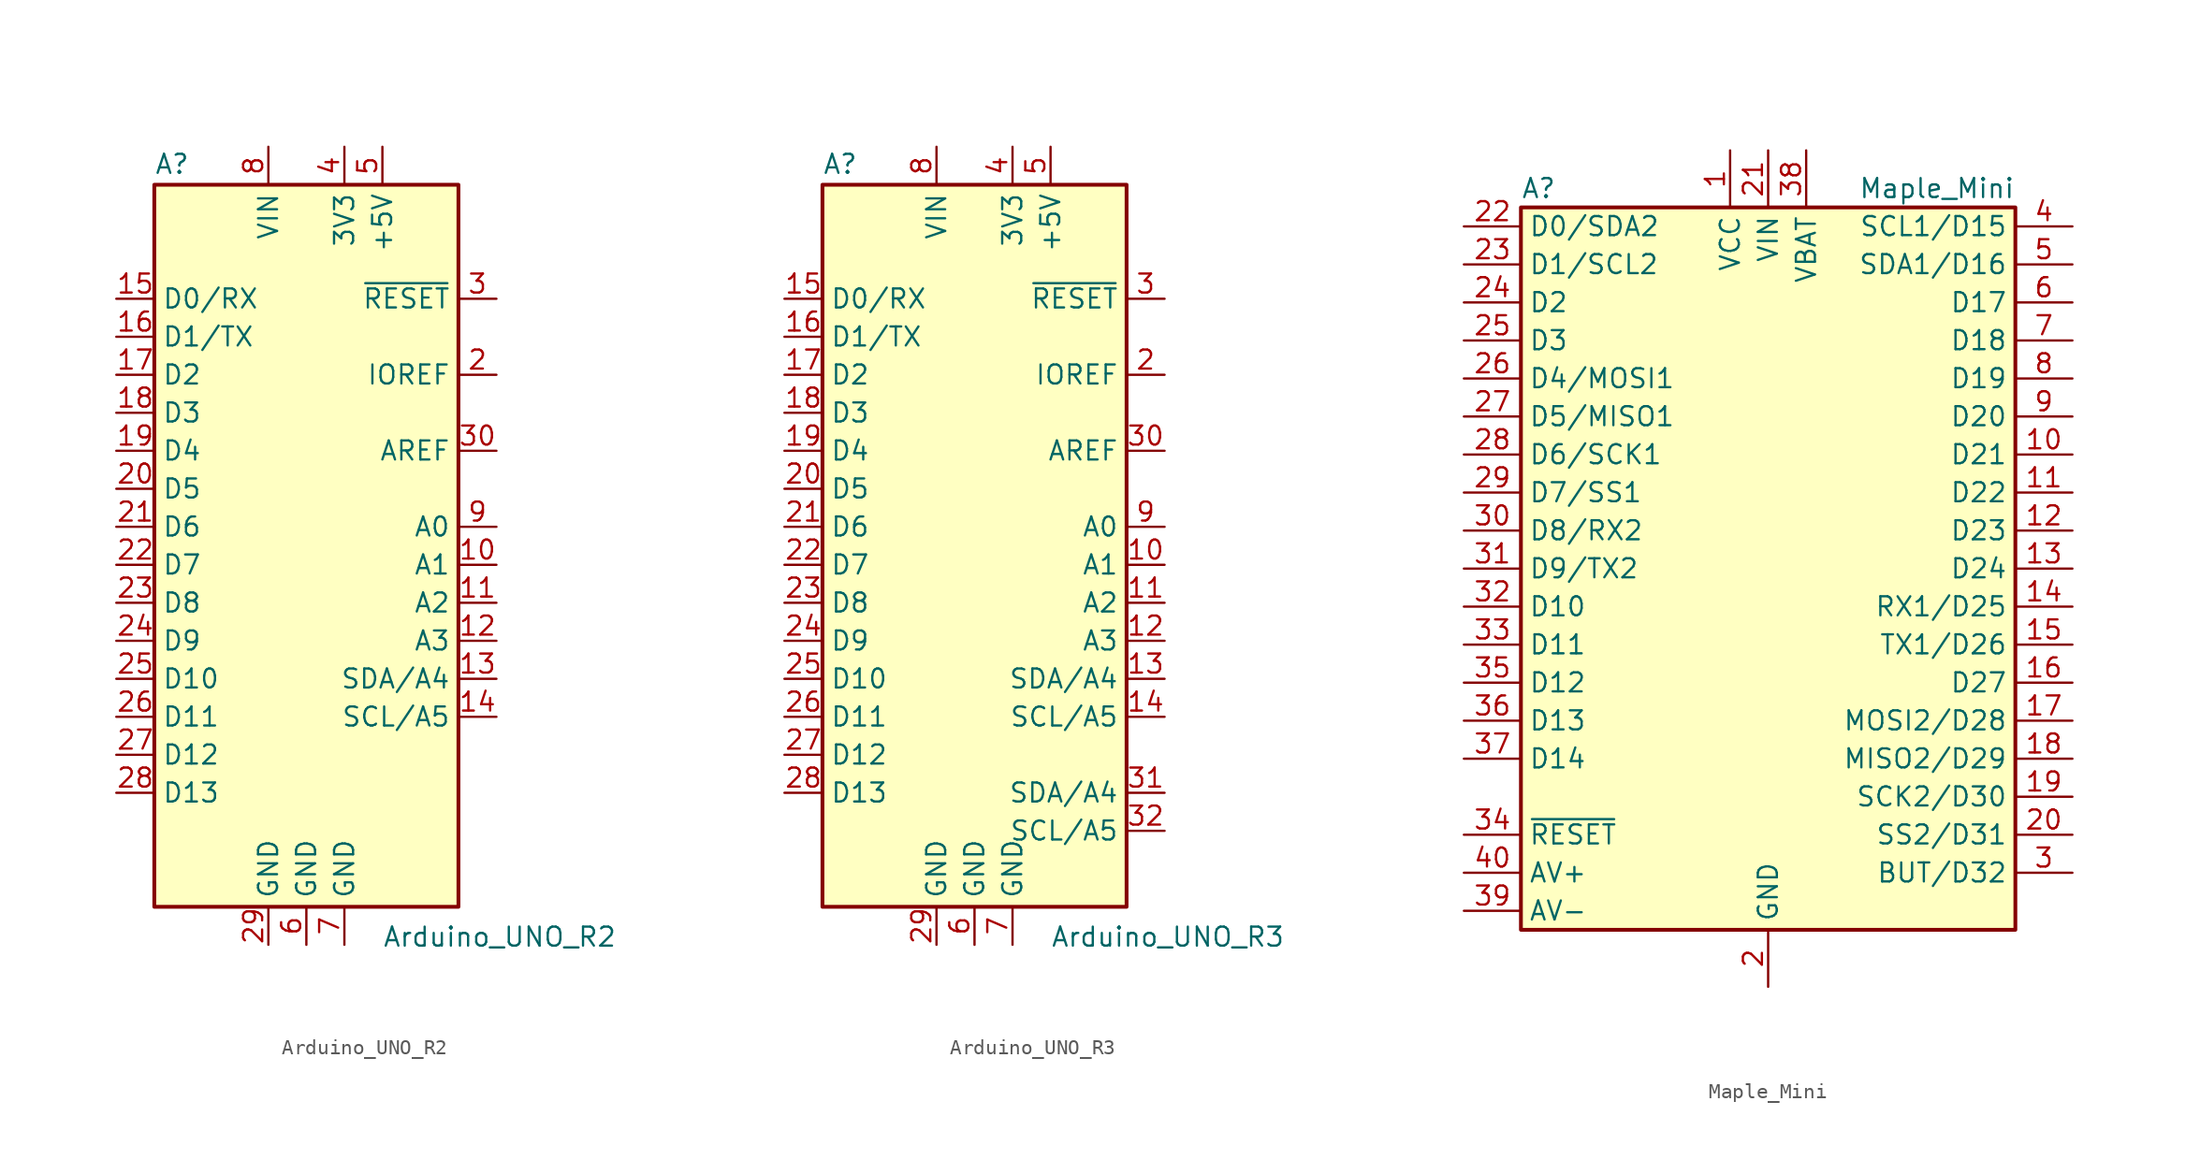
<source format=kicad_sym>
(kicad_symbol_lib
  (version 20201005)
  (generator kicad_symbol_editor)
  (symbol "Arduino_UNO_R2"
    (property "Reference" "A"
      (at -10.16 23.495 0)
      (effects (font (size 1.27 1.27)) (justify left bottom)))
    (property "Value" "Arduino_UNO_R2"
      (at 5.08 -26.67 0)
      (effects (font (size 1.27 1.27)) (justify left top)))
    (symbol "Arduino_UNO_R2_0_1"
      (rectangle (start -10.16 22.86) (end 10.16 -25.4) (stroke (width 0.254)) (fill (type background))))
    (symbol "Arduino_UNO_R2_1_1"
      (pin no_connect line (at -10.16 -20.32 0) (length 2.54) hide (name "NC" (effects (font (size 1.27 1.27)))) (number "1" (effects (font (size 1.27 1.27)))))
      (pin bidirectional line (at 12.7 -2.54 180) (length 2.54) (name "A1" (effects (font (size 1.27 1.27)))) (number "10" (effects (font (size 1.27 1.27)))))
      (pin bidirectional line (at 12.7 -5.08 180) (length 2.54) (name "A2" (effects (font (size 1.27 1.27)))) (number "11" (effects (font (size 1.27 1.27)))))
      (pin bidirectional line (at 12.7 -7.62 180) (length 2.54) (name "A3" (effects (font (size 1.27 1.27)))) (number "12" (effects (font (size 1.27 1.27)))))
      (pin bidirectional line (at 12.7 -10.16 180) (length 2.54) (name "SDA/A4" (effects (font (size 1.27 1.27)))) (number "13" (effects (font (size 1.27 1.27)))))
      (pin bidirectional line (at 12.7 -12.7 180) (length 2.54) (name "SCL/A5" (effects (font (size 1.27 1.27)))) (number "14" (effects (font (size 1.27 1.27)))))
      (pin bidirectional line (at -12.7 15.24 0) (length 2.54) (name "D0/RX" (effects (font (size 1.27 1.27)))) (number "15" (effects (font (size 1.27 1.27)))))
      (pin bidirectional line (at -12.7 12.7 0) (length 2.54) (name "D1/TX" (effects (font (size 1.27 1.27)))) (number "16" (effects (font (size 1.27 1.27)))))
      (pin bidirectional line (at -12.7 10.16 0) (length 2.54) (name "D2" (effects (font (size 1.27 1.27)))) (number "17" (effects (font (size 1.27 1.27)))))
      (pin bidirectional line (at -12.7 7.62 0) (length 2.54) (name "D3" (effects (font (size 1.27 1.27)))) (number "18" (effects (font (size 1.27 1.27)))))
      (pin bidirectional line (at -12.7 5.08 0) (length 2.54) (name "D4" (effects (font (size 1.27 1.27)))) (number "19" (effects (font (size 1.27 1.27)))))
      (pin output line (at 12.7 10.16 180) (length 2.54) (name "IOREF" (effects (font (size 1.27 1.27)))) (number "2" (effects (font (size 1.27 1.27)))))
      (pin bidirectional line (at -12.7 2.54 0) (length 2.54) (name "D5" (effects (font (size 1.27 1.27)))) (number "20" (effects (font (size 1.27 1.27)))))
      (pin bidirectional line (at -12.7 0 0) (length 2.54) (name "D6" (effects (font (size 1.27 1.27)))) (number "21" (effects (font (size 1.27 1.27)))))
      (pin bidirectional line (at -12.7 -2.54 0) (length 2.54) (name "D7" (effects (font (size 1.27 1.27)))) (number "22" (effects (font (size 1.27 1.27)))))
      (pin bidirectional line (at -12.7 -5.08 0) (length 2.54) (name "D8" (effects (font (size 1.27 1.27)))) (number "23" (effects (font (size 1.27 1.27)))))
      (pin bidirectional line (at -12.7 -7.62 0) (length 2.54) (name "D9" (effects (font (size 1.27 1.27)))) (number "24" (effects (font (size 1.27 1.27)))))
      (pin bidirectional line (at -12.7 -10.16 0) (length 2.54) (name "D10" (effects (font (size 1.27 1.27)))) (number "25" (effects (font (size 1.27 1.27)))))
      (pin bidirectional line (at -12.7 -12.7 0) (length 2.54) (name "D11" (effects (font (size 1.27 1.27)))) (number "26" (effects (font (size 1.27 1.27)))))
      (pin bidirectional line (at -12.7 -15.24 0) (length 2.54) (name "D12" (effects (font (size 1.27 1.27)))) (number "27" (effects (font (size 1.27 1.27)))))
      (pin bidirectional line (at -12.7 -17.78 0) (length 2.54) (name "D13" (effects (font (size 1.27 1.27)))) (number "28" (effects (font (size 1.27 1.27)))))
      (pin power_in line (at -2.54 -27.94 90) (length 2.54) (name "GND" (effects (font (size 1.27 1.27)))) (number "29" (effects (font (size 1.27 1.27)))))
      (pin input line (at 12.7 15.24 180) (length 2.54) (name "~RESET" (effects (font (size 1.27 1.27)))) (number "3" (effects (font (size 1.27 1.27)))))
      (pin input line (at 12.7 5.08 180) (length 2.54) (name "AREF" (effects (font (size 1.27 1.27)))) (number "30" (effects (font (size 1.27 1.27)))))
      (pin power_out line (at 2.54 25.4 270) (length 2.54) (name "3V3" (effects (font (size 1.27 1.27)))) (number "4" (effects (font (size 1.27 1.27)))))
      (pin power_out line (at 5.08 25.4 270) (length 2.54) (name "+5V" (effects (font (size 1.27 1.27)))) (number "5" (effects (font (size 1.27 1.27)))))
      (pin power_in line (at 0 -27.94 90) (length 2.54) (name "GND" (effects (font (size 1.27 1.27)))) (number "6" (effects (font (size 1.27 1.27)))))
      (pin power_in line (at 2.54 -27.94 90) (length 2.54) (name "GND" (effects (font (size 1.27 1.27)))) (number "7" (effects (font (size 1.27 1.27)))))
      (pin power_in line (at -2.54 25.4 270) (length 2.54) (name "VIN" (effects (font (size 1.27 1.27)))) (number "8" (effects (font (size 1.27 1.27)))))
      (pin bidirectional line (at 12.7 0 180) (length 2.54) (name "A0" (effects (font (size 1.27 1.27)))) (number "9" (effects (font (size 1.27 1.27)))))))
  (symbol "Arduino_UNO_R3"
    (property "Reference" "A"
      (at -10.16 23.495 0)
      (effects (font (size 1.27 1.27)) (justify left bottom)))
    (property "Value" "Arduino_UNO_R3"
      (at 5.08 -26.67 0)
      (effects (font (size 1.27 1.27)) (justify left top)))
    (symbol "Arduino_UNO_R3_0_1"
      (rectangle (start -10.16 22.86) (end 10.16 -25.4) (stroke (width 0.254)) (fill (type background))))
    (symbol "Arduino_UNO_R3_1_1"
      (pin no_connect line (at -10.16 -20.32 0) (length 2.54) hide (name "NC" (effects (font (size 1.27 1.27)))) (number "1" (effects (font (size 1.27 1.27)))))
      (pin bidirectional line (at 12.7 -2.54 180) (length 2.54) (name "A1" (effects (font (size 1.27 1.27)))) (number "10" (effects (font (size 1.27 1.27)))))
      (pin bidirectional line (at 12.7 -5.08 180) (length 2.54) (name "A2" (effects (font (size 1.27 1.27)))) (number "11" (effects (font (size 1.27 1.27)))))
      (pin bidirectional line (at 12.7 -7.62 180) (length 2.54) (name "A3" (effects (font (size 1.27 1.27)))) (number "12" (effects (font (size 1.27 1.27)))))
      (pin bidirectional line (at 12.7 -10.16 180) (length 2.54) (name "SDA/A4" (effects (font (size 1.27 1.27)))) (number "13" (effects (font (size 1.27 1.27)))))
      (pin bidirectional line (at 12.7 -12.7 180) (length 2.54) (name "SCL/A5" (effects (font (size 1.27 1.27)))) (number "14" (effects (font (size 1.27 1.27)))))
      (pin bidirectional line (at -12.7 15.24 0) (length 2.54) (name "D0/RX" (effects (font (size 1.27 1.27)))) (number "15" (effects (font (size 1.27 1.27)))))
      (pin bidirectional line (at -12.7 12.7 0) (length 2.54) (name "D1/TX" (effects (font (size 1.27 1.27)))) (number "16" (effects (font (size 1.27 1.27)))))
      (pin bidirectional line (at -12.7 10.16 0) (length 2.54) (name "D2" (effects (font (size 1.27 1.27)))) (number "17" (effects (font (size 1.27 1.27)))))
      (pin bidirectional line (at -12.7 7.62 0) (length 2.54) (name "D3" (effects (font (size 1.27 1.27)))) (number "18" (effects (font (size 1.27 1.27)))))
      (pin bidirectional line (at -12.7 5.08 0) (length 2.54) (name "D4" (effects (font (size 1.27 1.27)))) (number "19" (effects (font (size 1.27 1.27)))))
      (pin output line (at 12.7 10.16 180) (length 2.54) (name "IOREF" (effects (font (size 1.27 1.27)))) (number "2" (effects (font (size 1.27 1.27)))))
      (pin bidirectional line (at -12.7 2.54 0) (length 2.54) (name "D5" (effects (font (size 1.27 1.27)))) (number "20" (effects (font (size 1.27 1.27)))))
      (pin bidirectional line (at -12.7 0 0) (length 2.54) (name "D6" (effects (font (size 1.27 1.27)))) (number "21" (effects (font (size 1.27 1.27)))))
      (pin bidirectional line (at -12.7 -2.54 0) (length 2.54) (name "D7" (effects (font (size 1.27 1.27)))) (number "22" (effects (font (size 1.27 1.27)))))
      (pin bidirectional line (at -12.7 -5.08 0) (length 2.54) (name "D8" (effects (font (size 1.27 1.27)))) (number "23" (effects (font (size 1.27 1.27)))))
      (pin bidirectional line (at -12.7 -7.62 0) (length 2.54) (name "D9" (effects (font (size 1.27 1.27)))) (number "24" (effects (font (size 1.27 1.27)))))
      (pin bidirectional line (at -12.7 -10.16 0) (length 2.54) (name "D10" (effects (font (size 1.27 1.27)))) (number "25" (effects (font (size 1.27 1.27)))))
      (pin bidirectional line (at -12.7 -12.7 0) (length 2.54) (name "D11" (effects (font (size 1.27 1.27)))) (number "26" (effects (font (size 1.27 1.27)))))
      (pin bidirectional line (at -12.7 -15.24 0) (length 2.54) (name "D12" (effects (font (size 1.27 1.27)))) (number "27" (effects (font (size 1.27 1.27)))))
      (pin bidirectional line (at -12.7 -17.78 0) (length 2.54) (name "D13" (effects (font (size 1.27 1.27)))) (number "28" (effects (font (size 1.27 1.27)))))
      (pin power_in line (at -2.54 -27.94 90) (length 2.54) (name "GND" (effects (font (size 1.27 1.27)))) (number "29" (effects (font (size 1.27 1.27)))))
      (pin input line (at 12.7 15.24 180) (length 2.54) (name "~RESET" (effects (font (size 1.27 1.27)))) (number "3" (effects (font (size 1.27 1.27)))))
      (pin input line (at 12.7 5.08 180) (length 2.54) (name "AREF" (effects (font (size 1.27 1.27)))) (number "30" (effects (font (size 1.27 1.27)))))
      (pin bidirectional line (at 12.7 -17.78 180) (length 2.54) (name "SDA/A4" (effects (font (size 1.27 1.27)))) (number "31" (effects (font (size 1.27 1.27)))))
      (pin bidirectional line (at 12.7 -20.32 180) (length 2.54) (name "SCL/A5" (effects (font (size 1.27 1.27)))) (number "32" (effects (font (size 1.27 1.27)))))
      (pin power_out line (at 2.54 25.4 270) (length 2.54) (name "3V3" (effects (font (size 1.27 1.27)))) (number "4" (effects (font (size 1.27 1.27)))))
      (pin power_out line (at 5.08 25.4 270) (length 2.54) (name "+5V" (effects (font (size 1.27 1.27)))) (number "5" (effects (font (size 1.27 1.27)))))
      (pin power_in line (at 0 -27.94 90) (length 2.54) (name "GND" (effects (font (size 1.27 1.27)))) (number "6" (effects (font (size 1.27 1.27)))))
      (pin power_in line (at 2.54 -27.94 90) (length 2.54) (name "GND" (effects (font (size 1.27 1.27)))) (number "7" (effects (font (size 1.27 1.27)))))
      (pin power_in line (at -2.54 25.4 270) (length 2.54) (name "VIN" (effects (font (size 1.27 1.27)))) (number "8" (effects (font (size 1.27 1.27)))))
      (pin bidirectional line (at 12.7 0 180) (length 2.54) (name "A0" (effects (font (size 1.27 1.27)))) (number "9" (effects (font (size 1.27 1.27)))))))
  (symbol "Maple_Mini"
    (property "Reference" "A"
      (at -16.51 25.4 0)
      (effects (font (size 1.27 1.27)) (justify left)))
    (property "Value" "Maple_Mini"
      (at 16.51 25.4 0)
      (effects (font (size 1.27 1.27)) (justify right)))
    (symbol "Maple_Mini_0_1"
      (rectangle (start -16.51 24.13) (end 16.51 -24.13) (stroke (width 0.254)) (fill (type background))))
    (symbol "Maple_Mini_1_1"
      (pin power_in line (at -2.54 27.94 270) (length 3.81) (name "VCC" (effects (font (size 1.27 1.27)))) (number "1" (effects (font (size 1.27 1.27)))))
      (pin bidirectional line (at 20.32 7.62 180) (length 3.81) (name "D21" (effects (font (size 1.27 1.27)))) (number "10" (effects (font (size 1.27 1.27)))))
      (pin bidirectional line (at 20.32 5.08 180) (length 3.81) (name "D22" (effects (font (size 1.27 1.27)))) (number "11" (effects (font (size 1.27 1.27)))))
      (pin bidirectional line (at 20.32 2.54 180) (length 3.81) (name "D23" (effects (font (size 1.27 1.27)))) (number "12" (effects (font (size 1.27 1.27)))))
      (pin bidirectional line (at 20.32 0 180) (length 3.81) (name "D24" (effects (font (size 1.27 1.27)))) (number "13" (effects (font (size 1.27 1.27)))))
      (pin bidirectional line (at 20.32 -2.54 180) (length 3.81) (name "RX1/D25" (effects (font (size 1.27 1.27)))) (number "14" (effects (font (size 1.27 1.27)))))
      (pin bidirectional line (at 20.32 -5.08 180) (length 3.81) (name "TX1/D26" (effects (font (size 1.27 1.27)))) (number "15" (effects (font (size 1.27 1.27)))))
      (pin bidirectional line (at 20.32 -7.62 180) (length 3.81) (name "D27" (effects (font (size 1.27 1.27)))) (number "16" (effects (font (size 1.27 1.27)))))
      (pin bidirectional line (at 20.32 -10.16 180) (length 3.81) (name "MOSI2/D28" (effects (font (size 1.27 1.27)))) (number "17" (effects (font (size 1.27 1.27)))))
      (pin bidirectional line (at 20.32 -12.7 180) (length 3.81) (name "MISO2/D29" (effects (font (size 1.27 1.27)))) (number "18" (effects (font (size 1.27 1.27)))))
      (pin bidirectional line (at 20.32 -15.24 180) (length 3.81) (name "SCK2/D30" (effects (font (size 1.27 1.27)))) (number "19" (effects (font (size 1.27 1.27)))))
      (pin power_in line (at 0 -27.94 90) (length 3.81) (name "GND" (effects (font (size 1.27 1.27)))) (number "2" (effects (font (size 1.27 1.27)))))
      (pin bidirectional line (at 20.32 -17.78 180) (length 3.81) (name "SS2/D31" (effects (font (size 1.27 1.27)))) (number "20" (effects (font (size 1.27 1.27)))))
      (pin power_in line (at 0 27.94 270) (length 3.81) (name "VIN" (effects (font (size 1.27 1.27)))) (number "21" (effects (font (size 1.27 1.27)))))
      (pin bidirectional line (at -20.32 22.86 0) (length 3.81) (name "D0/SDA2" (effects (font (size 1.27 1.27)))) (number "22" (effects (font (size 1.27 1.27)))))
      (pin bidirectional line (at -20.32 20.32 0) (length 3.81) (name "D1/SCL2" (effects (font (size 1.27 1.27)))) (number "23" (effects (font (size 1.27 1.27)))))
      (pin bidirectional line (at -20.32 17.78 0) (length 3.81) (name "D2" (effects (font (size 1.27 1.27)))) (number "24" (effects (font (size 1.27 1.27)))))
      (pin bidirectional line (at -20.32 15.24 0) (length 3.81) (name "D3" (effects (font (size 1.27 1.27)))) (number "25" (effects (font (size 1.27 1.27)))))
      (pin bidirectional line (at -20.32 12.7 0) (length 3.81) (name "D4/MOSI1" (effects (font (size 1.27 1.27)))) (number "26" (effects (font (size 1.27 1.27)))))
      (pin bidirectional line (at -20.32 10.16 0) (length 3.81) (name "D5/MISO1" (effects (font (size 1.27 1.27)))) (number "27" (effects (font (size 1.27 1.27)))))
      (pin bidirectional line (at -20.32 7.62 0) (length 3.81) (name "D6/SCK1" (effects (font (size 1.27 1.27)))) (number "28" (effects (font (size 1.27 1.27)))))
      (pin bidirectional line (at -20.32 5.08 0) (length 3.81) (name "D7/SS1" (effects (font (size 1.27 1.27)))) (number "29" (effects (font (size 1.27 1.27)))))
      (pin bidirectional line (at 20.32 -20.32 180) (length 3.81) (name "BUT/D32" (effects (font (size 1.27 1.27)))) (number "3" (effects (font (size 1.27 1.27)))))
      (pin bidirectional line (at -20.32 2.54 0) (length 3.81) (name "D8/RX2" (effects (font (size 1.27 1.27)))) (number "30" (effects (font (size 1.27 1.27)))))
      (pin bidirectional line (at -20.32 0 0) (length 3.81) (name "D9/TX2" (effects (font (size 1.27 1.27)))) (number "31" (effects (font (size 1.27 1.27)))))
      (pin bidirectional line (at -20.32 -2.54 0) (length 3.81) (name "D10" (effects (font (size 1.27 1.27)))) (number "32" (effects (font (size 1.27 1.27)))))
      (pin bidirectional line (at -20.32 -5.08 0) (length 3.81) (name "D11" (effects (font (size 1.27 1.27)))) (number "33" (effects (font (size 1.27 1.27)))))
      (pin input line (at -20.32 -17.78 0) (length 3.81) (name "~RESET" (effects (font (size 1.27 1.27)))) (number "34" (effects (font (size 1.27 1.27)))))
      (pin bidirectional line (at -20.32 -7.62 0) (length 3.81) (name "D12" (effects (font (size 1.27 1.27)))) (number "35" (effects (font (size 1.27 1.27)))))
      (pin bidirectional line (at -20.32 -10.16 0) (length 3.81) (name "D13" (effects (font (size 1.27 1.27)))) (number "36" (effects (font (size 1.27 1.27)))))
      (pin bidirectional line (at -20.32 -12.7 0) (length 3.81) (name "D14" (effects (font (size 1.27 1.27)))) (number "37" (effects (font (size 1.27 1.27)))))
      (pin power_in line (at 2.54 27.94 270) (length 3.81) (name "VBAT" (effects (font (size 1.27 1.27)))) (number "38" (effects (font (size 1.27 1.27)))))
      (pin output line (at -20.32 -22.86 0) (length 3.81) (name "AV-" (effects (font (size 1.27 1.27)))) (number "39" (effects (font (size 1.27 1.27)))))
      (pin bidirectional line (at 20.32 22.86 180) (length 3.81) (name "SCL1/D15" (effects (font (size 1.27 1.27)))) (number "4" (effects (font (size 1.27 1.27)))))
      (pin output line (at -20.32 -20.32 0) (length 3.81) (name "AV+" (effects (font (size 1.27 1.27)))) (number "40" (effects (font (size 1.27 1.27)))))
      (pin bidirectional line (at 20.32 20.32 180) (length 3.81) (name "SDA1/D16" (effects (font (size 1.27 1.27)))) (number "5" (effects (font (size 1.27 1.27)))))
      (pin bidirectional line (at 20.32 17.78 180) (length 3.81) (name "D17" (effects (font (size 1.27 1.27)))) (number "6" (effects (font (size 1.27 1.27)))))
      (pin bidirectional line (at 20.32 15.24 180) (length 3.81) (name "D18" (effects (font (size 1.27 1.27)))) (number "7" (effects (font (size 1.27 1.27)))))
      (pin bidirectional line (at 20.32 12.7 180) (length 3.81) (name "D19" (effects (font (size 1.27 1.27)))) (number "8" (effects (font (size 1.27 1.27)))))
      (pin bidirectional line (at 20.32 10.16 180) (length 3.81) (name "D20" (effects (font (size 1.27 1.27)))) (number "9" (effects (font (size 1.27 1.27))))))))
</source>
